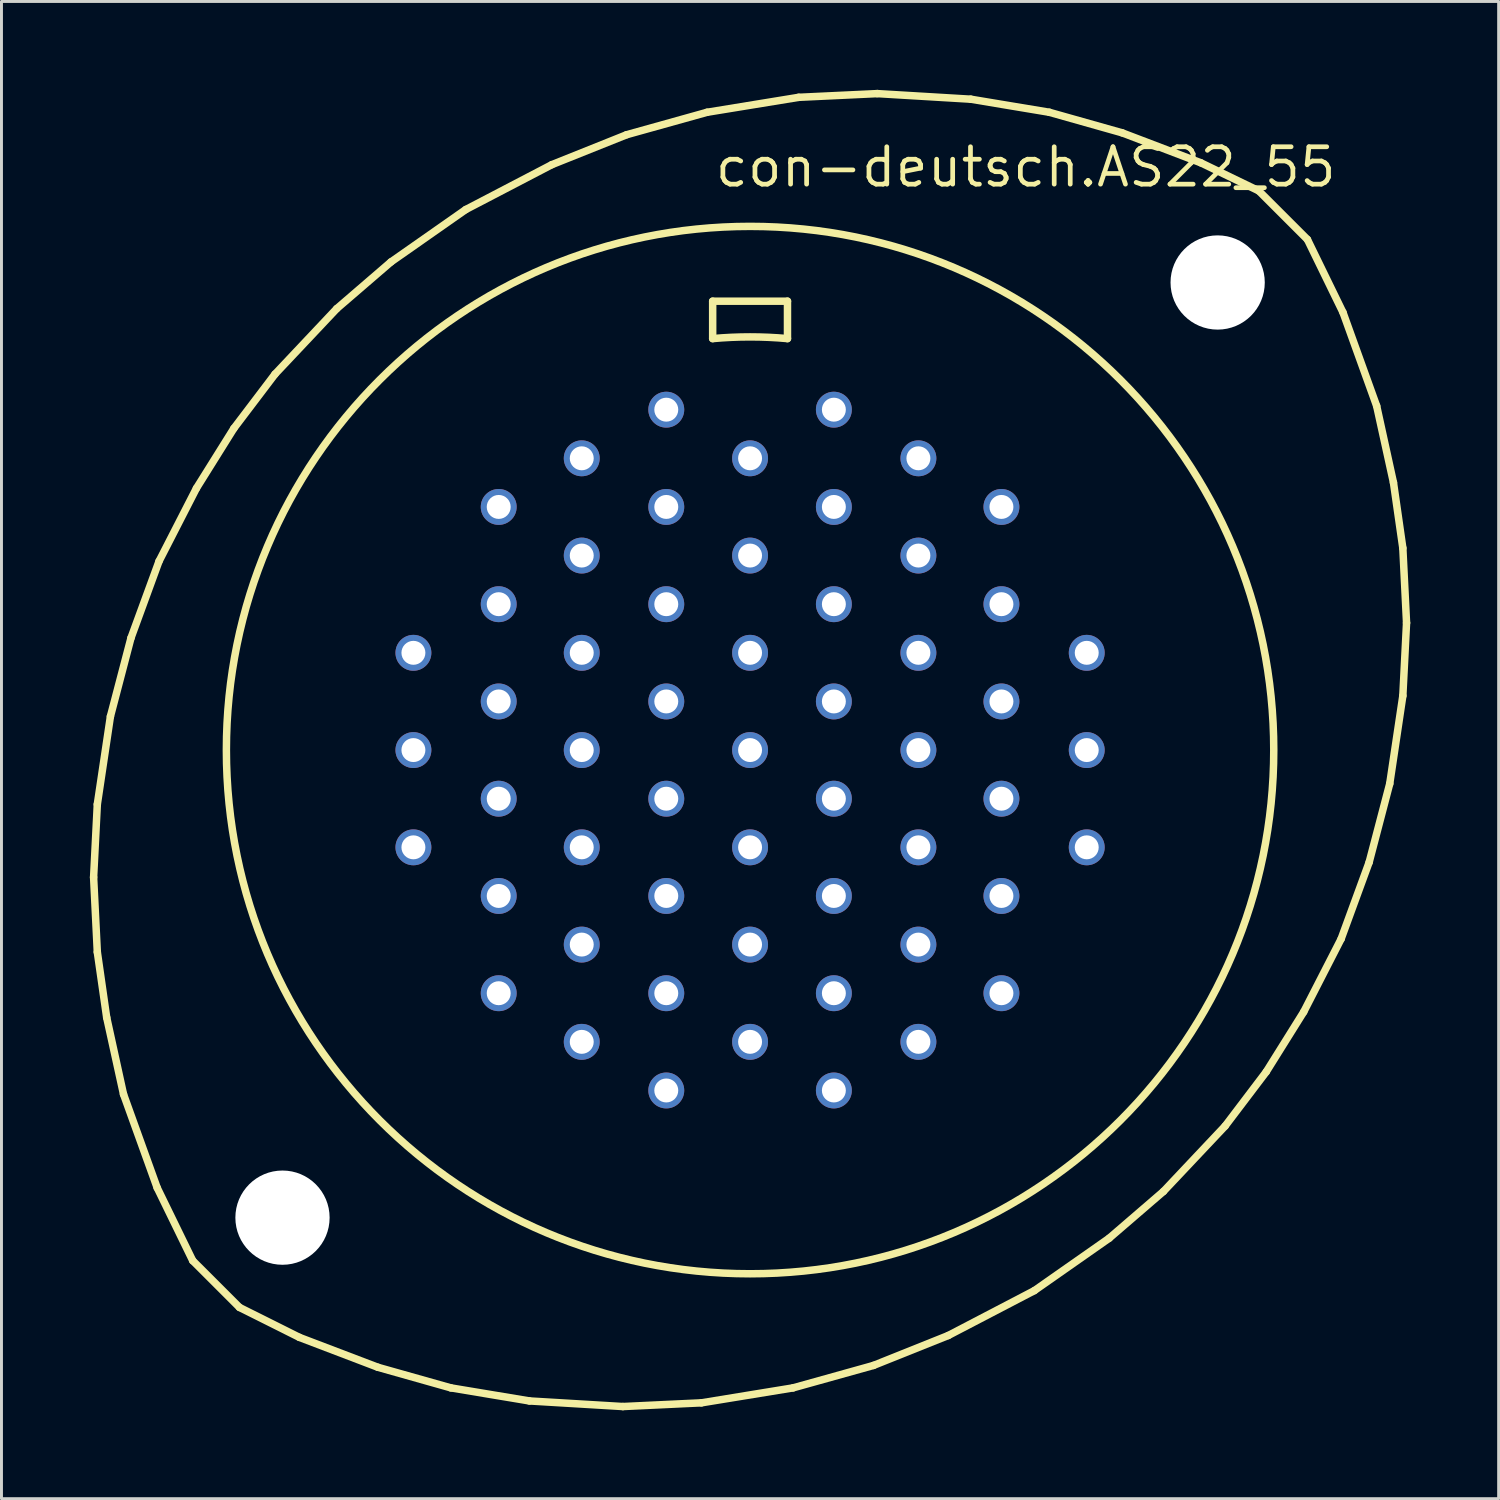
<source format=kicad_pcb>
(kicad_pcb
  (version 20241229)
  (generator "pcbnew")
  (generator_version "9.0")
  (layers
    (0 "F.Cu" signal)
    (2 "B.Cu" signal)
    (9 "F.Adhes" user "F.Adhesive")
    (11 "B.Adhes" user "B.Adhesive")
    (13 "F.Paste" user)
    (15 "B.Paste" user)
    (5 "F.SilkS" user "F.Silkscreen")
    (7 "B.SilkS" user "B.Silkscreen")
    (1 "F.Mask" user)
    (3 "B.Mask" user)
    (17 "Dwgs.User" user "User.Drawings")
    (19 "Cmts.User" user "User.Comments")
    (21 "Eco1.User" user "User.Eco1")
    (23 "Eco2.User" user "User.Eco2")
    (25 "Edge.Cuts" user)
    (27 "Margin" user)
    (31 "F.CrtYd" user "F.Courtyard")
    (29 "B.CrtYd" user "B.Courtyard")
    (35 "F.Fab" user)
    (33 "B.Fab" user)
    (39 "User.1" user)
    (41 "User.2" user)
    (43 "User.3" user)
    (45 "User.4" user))
  (footprint "con-deutsch.AS22_55"
    (layer "F.Cu")
    (at 22.416 22.416)
    (property "Reference" "con-deutsch.AS22_55" (at -1.27 -19.05 0) (layer "F.SilkS") (effects (font (size 1.27 1.27) (thickness 0.16)) (justify left bottom)))
    (attr through_hole)
    (fp_line (start -22.288 4.318) (end -22.162 1.841) (stroke (width 0.254) (type default)) (layer "F.SilkS"))
    (fp_line (start -22.162 1.841) (end -21.717 -1.143) (stroke (width 0.254) (type default)) (layer "F.SilkS"))
    (fp_line (start -22.162 6.858) (end -22.288 4.318) (stroke (width 0.254) (type default)) (layer "F.SilkS"))
    (fp_line (start -21.844 9.081) (end -22.162 6.858) (stroke (width 0.254) (type default)) (layer "F.SilkS"))
    (fp_line (start -21.717 -1.143) (end -21.018 -3.81) (stroke (width 0.254) (type default)) (layer "F.SilkS"))
    (fp_line (start -21.273 11.684) (end -21.844 9.081) (stroke (width 0.254) (type default)) (layer "F.SilkS"))
    (fp_line (start -21.018 -3.81) (end -20.066 -6.413) (stroke (width 0.254) (type default)) (layer "F.SilkS"))
    (fp_line (start -20.13 14.859) (end -21.273 11.684) (stroke (width 0.254) (type default)) (layer "F.SilkS"))
    (fp_line (start -20.066 -6.413) (end -18.796 -8.89) (stroke (width 0.254) (type default)) (layer "F.SilkS"))
    (fp_line (start -18.923 17.335) (end -20.13 14.859) (stroke (width 0.254) (type default)) (layer "F.SilkS"))
    (fp_line (start -18.923 17.335) (end -17.335 18.923) (stroke (width 0.254) (type default)) (layer "F.SilkS"))
    (fp_line (start -18.796 -8.89) (end -17.526 -10.922) (stroke (width 0.254) (type default)) (layer "F.SilkS"))
    (fp_line (start -17.526 -10.922) (end -16.129 -12.764) (stroke (width 0.254) (type default)) (layer "F.SilkS"))
    (fp_line (start -16.129 -12.764) (end -14.034 -14.986) (stroke (width 0.254) (type default)) (layer "F.SilkS"))
    (fp_line (start -15.303 19.939) (end -17.335 18.923) (stroke (width 0.254) (type default)) (layer "F.SilkS"))
    (fp_line (start -14.034 -14.986) (end -12.192 -16.573) (stroke (width 0.254) (type default)) (layer "F.SilkS"))
    (fp_line (start -12.636 20.955) (end -15.303 19.939) (stroke (width 0.254) (type default)) (layer "F.SilkS"))
    (fp_line (start -12.192 -16.573) (end -9.652 -18.352) (stroke (width 0.254) (type default)) (layer "F.SilkS"))
    (fp_line (start -10.16 21.654) (end -12.636 20.955) (stroke (width 0.254) (type default)) (layer "F.SilkS"))
    (fp_line (start -9.652 -18.352) (end -6.731 -19.875) (stroke (width 0.254) (type default)) (layer "F.SilkS"))
    (fp_line (start -7.493 22.098) (end -10.16 21.654) (stroke (width 0.254) (type default)) (layer "F.SilkS"))
    (fp_line (start -6.731 -19.875) (end -4.191 -20.892) (stroke (width 0.254) (type default)) (layer "F.SilkS"))
    (fp_line (start -4.318 22.288) (end -7.493 22.098) (stroke (width 0.254) (type default)) (layer "F.SilkS"))
    (fp_line (start -4.191 -20.892) (end -1.46 -21.654) (stroke (width 0.254) (type default)) (layer "F.SilkS"))
    (fp_line (start -1.651 22.162) (end -4.318 22.288) (stroke (width 0.254) (type default)) (layer "F.SilkS"))
    (fp_line (start -1.46 -21.654) (end 1.651 -22.162) (stroke (width 0.254) (type default)) (layer "F.SilkS"))
    (fp_line (start -1.27 -15.24) (end 1.27 -15.24) (stroke (width 0.254) (type default)) (layer "F.SilkS"))
    (fp_line (start -1.27 -13.97) (end -1.27 -15.24) (stroke (width 0.254) (type default)) (layer "F.SilkS"))
    (fp_line (start 1.27 -15.24) (end 1.27 -13.97) (stroke (width 0.254) (type default)) (layer "F.SilkS"))
    (fp_line (start 1.46 21.654) (end -1.651 22.162) (stroke (width 0.254) (type default)) (layer "F.SilkS"))
    (fp_line (start 1.651 -22.162) (end 4.318 -22.288) (stroke (width 0.254) (type default)) (layer "F.SilkS"))
    (fp_line (start 4.191 20.892) (end 1.46 21.654) (stroke (width 0.254) (type default)) (layer "F.SilkS"))
    (fp_line (start 4.318 -22.288) (end 7.493 -22.098) (stroke (width 0.254) (type default)) (layer "F.SilkS"))
    (fp_line (start 6.731 19.875) (end 4.191 20.892) (stroke (width 0.254) (type default)) (layer "F.SilkS"))
    (fp_line (start 7.493 -22.098) (end 10.16 -21.654) (stroke (width 0.254) (type default)) (layer "F.SilkS"))
    (fp_line (start 9.652 18.352) (end 6.731 19.875) (stroke (width 0.254) (type default)) (layer "F.SilkS"))
    (fp_line (start 10.16 -21.654) (end 12.636 -20.955) (stroke (width 0.254) (type default)) (layer "F.SilkS"))
    (fp_line (start 12.192 16.573) (end 9.652 18.352) (stroke (width 0.254) (type default)) (layer "F.SilkS"))
    (fp_line (start 12.636 -20.955) (end 15.303 -19.939) (stroke (width 0.254) (type default)) (layer "F.SilkS"))
    (fp_line (start 14.034 14.986) (end 12.192 16.573) (stroke (width 0.254) (type default)) (layer "F.SilkS"))
    (fp_line (start 15.303 -19.939) (end 17.272 -18.986) (stroke (width 0.254) (type default)) (layer "F.SilkS"))
    (fp_line (start 16.129 12.764) (end 14.034 14.986) (stroke (width 0.254) (type default)) (layer "F.SilkS"))
    (fp_line (start 17.526 10.922) (end 16.129 12.764) (stroke (width 0.254) (type default)) (layer "F.SilkS"))
    (fp_line (start 18.796 8.89) (end 17.526 10.922) (stroke (width 0.254) (type default)) (layer "F.SilkS"))
    (fp_line (start 18.923 -17.335) (end 17.272 -18.986) (stroke (width 0.254) (type default)) (layer "F.SilkS"))
    (fp_line (start 18.923 -17.335) (end 20.13 -14.859) (stroke (width 0.254) (type default)) (layer "F.SilkS"))
    (fp_line (start 20.066 6.413) (end 18.796 8.89) (stroke (width 0.254) (type default)) (layer "F.SilkS"))
    (fp_line (start 20.13 -14.859) (end 21.273 -11.684) (stroke (width 0.254) (type default)) (layer "F.SilkS"))
    (fp_line (start 21.018 3.81) (end 20.066 6.413) (stroke (width 0.254) (type default)) (layer "F.SilkS"))
    (fp_line (start 21.273 -11.684) (end 21.844 -9.081) (stroke (width 0.254) (type default)) (layer "F.SilkS"))
    (fp_line (start 21.717 1.143) (end 21.018 3.81) (stroke (width 0.254) (type default)) (layer "F.SilkS"))
    (fp_line (start 21.844 -9.081) (end 22.162 -6.858) (stroke (width 0.254) (type default)) (layer "F.SilkS"))
    (fp_line (start 22.162 -6.858) (end 22.288 -4.318) (stroke (width 0.254) (type default)) (layer "F.SilkS"))
    (fp_line (start 22.162 -1.841) (end 21.717 1.143) (stroke (width 0.254) (type default)) (layer "F.SilkS"))
    (fp_line (start 22.288 -4.318) (end 22.162 -1.841) (stroke (width 0.254) (type default)) (layer "F.SilkS"))
    (fp_arc (start -1.27 -13.97) (mid 0 -14.027608) (end 1.27 -13.97) (stroke (width 0.254) (type default)) (layer "F.SilkS"))
    (fp_circle (center 0 0) (end 17.78 0) (stroke (width 0.254) (type default)) (fill no) (layer "F.SilkS"))
    (pad "" np_thru_hole circle (at -15.875 15.875) (size 3.2 3.2) (drill 3.2) (layers "*.Cu" "*.Mask"))
    (pad "" np_thru_hole circle (at 15.875 -15.875) (size 3.2 3.2) (drill 3.2) (layers "*.Cu" "*.Mask"))
    (pad "A" thru_hole circle (at 2.845 -11.557) (size 1.219 1.219) (drill 0.813) (layers "*.Cu" "*.Mask"))
    (pad "A'" thru_hole circle (at 8.534 1.651) (size 1.219 1.219) (drill 0.813) (layers "*.Cu" "*.Mask"))
    (pad "AA" thru_hole circle (at -2.845 -4.953) (size 1.219 1.219) (drill 0.813) (layers "*.Cu" "*.Mask"))
    (pad "B" thru_hole circle (at 5.715 -9.906) (size 1.219 1.219) (drill 0.813) (layers "*.Cu" "*.Mask"))
    (pad "B'" thru_hole circle (at 8.534 4.953) (size 1.219 1.219) (drill 0.813) (layers "*.Cu" "*.Mask"))
    (pad "BB" thru_hole circle (at 0 -3.302) (size 1.219 1.219) (drill 0.813) (layers "*.Cu" "*.Mask"))
    (pad "C" thru_hole circle (at 8.534 -8.255) (size 1.219 1.219) (drill 0.813) (layers "*.Cu" "*.Mask"))
    (pad "C'" thru_hole circle (at 5.715 6.604) (size 1.219 1.219) (drill 0.813) (layers "*.Cu" "*.Mask"))
    (pad "CC" thru_hole circle (at 2.845 -1.651) (size 1.219 1.219) (drill 0.813) (layers "*.Cu" "*.Mask"))
    (pad "D" thru_hole circle (at 11.43 -3.302) (size 1.219 1.219) (drill 0.813) (layers "*.Cu" "*.Mask"))
    (pad "D'" thru_hole circle (at 2.845 8.255) (size 1.219 1.219) (drill 0.813) (layers "*.Cu" "*.Mask"))
    (pad "DD" thru_hole circle (at 2.845 1.651) (size 1.219 1.219) (drill 0.813) (layers "*.Cu" "*.Mask"))
    (pad "E" thru_hole circle (at 11.43 0) (size 1.219 1.219) (drill 0.813) (layers "*.Cu" "*.Mask"))
    (pad "E'" thru_hole circle (at 0 9.906) (size 1.219 1.219) (drill 0.813) (layers "*.Cu" "*.Mask"))
    (pad "EE" thru_hole circle (at 0 3.302) (size 1.219 1.219) (drill 0.813) (layers "*.Cu" "*.Mask"))
    (pad "F" thru_hole circle (at 11.43 3.302) (size 1.219 1.219) (drill 0.813) (layers "*.Cu" "*.Mask"))
    (pad "F'" thru_hole circle (at -2.845 8.255) (size 1.219 1.219) (drill 0.813) (layers "*.Cu" "*.Mask"))
    (pad "FF" thru_hole circle (at -2.845 1.651) (size 1.219 1.219) (drill 0.813) (layers "*.Cu" "*.Mask"))
    (pad "G" thru_hole circle (at 8.534 8.255) (size 1.219 1.219) (drill 0.813) (layers "*.Cu" "*.Mask"))
    (pad "G'" thru_hole circle (at -5.715 6.604) (size 1.219 1.219) (drill 0.813) (layers "*.Cu" "*.Mask"))
    (pad "GG" thru_hole circle (at -2.845 -1.651) (size 1.219 1.219) (drill 0.813) (layers "*.Cu" "*.Mask"))
    (pad "H" thru_hole circle (at 5.715 9.906) (size 1.219 1.219) (drill 0.813) (layers "*.Cu" "*.Mask"))
    (pad "H'" thru_hole circle (at -8.534 4.953) (size 1.219 1.219) (drill 0.813) (layers "*.Cu" "*.Mask"))
    (pad "HH" thru_hole circle (at 0 0) (size 1.219 1.219) (drill 0.813) (layers "*.Cu" "*.Mask"))
    (pad "I'" thru_hole circle (at -8.534 1.651) (size 1.219 1.219) (drill 0.813) (layers "*.Cu" "*.Mask"))
    (pad "J" thru_hole circle (at 2.845 11.557) (size 1.219 1.219) (drill 0.813) (layers "*.Cu" "*.Mask"))
    (pad "J'" thru_hole circle (at -8.534 -1.651) (size 1.219 1.219) (drill 0.813) (layers "*.Cu" "*.Mask"))
    (pad "K" thru_hole circle (at -2.845 11.557) (size 1.219 1.219) (drill 0.813) (layers "*.Cu" "*.Mask"))
    (pad "K'" thru_hole circle (at -8.534 -4.953) (size 1.219 1.219) (drill 0.813) (layers "*.Cu" "*.Mask"))
    (pad "L" thru_hole circle (at -5.715 9.906) (size 1.219 1.219) (drill 0.813) (layers "*.Cu" "*.Mask"))
    (pad "M" thru_hole circle (at -8.534 8.255) (size 1.219 1.219) (drill 0.813) (layers "*.Cu" "*.Mask"))
    (pad "M'" thru_hole circle (at -5.715 -6.604) (size 1.219 1.219) (drill 0.813) (layers "*.Cu" "*.Mask"))
    (pad "N" thru_hole circle (at -11.43 3.302) (size 1.219 1.219) (drill 0.813) (layers "*.Cu" "*.Mask"))
    (pad "N'" thru_hole circle (at -2.845 -8.255) (size 1.219 1.219) (drill 0.813) (layers "*.Cu" "*.Mask"))
    (pad "P" thru_hole circle (at -11.43 0) (size 1.219 1.219) (drill 0.813) (layers "*.Cu" "*.Mask"))
    (pad "P'" thru_hole circle (at 0 -6.604) (size 1.219 1.219) (drill 0.813) (layers "*.Cu" "*.Mask"))
    (pad "Q'" thru_hole circle (at 2.845 -4.953) (size 1.219 1.219) (drill 0.813) (layers "*.Cu" "*.Mask"))
    (pad "R" thru_hole circle (at -11.43 -3.302) (size 1.219 1.219) (drill 0.813) (layers "*.Cu" "*.Mask"))
    (pad "R'" thru_hole circle (at 5.715 -3.302) (size 1.219 1.219) (drill 0.813) (layers "*.Cu" "*.Mask"))
    (pad "S" thru_hole circle (at -8.534 -8.255) (size 1.219 1.219) (drill 0.813) (layers "*.Cu" "*.Mask"))
    (pad "S'" thru_hole circle (at 5.715 0) (size 1.219 1.219) (drill 0.813) (layers "*.Cu" "*.Mask"))
    (pad "T" thru_hole circle (at -5.715 -9.906) (size 1.219 1.219) (drill 0.813) (layers "*.Cu" "*.Mask"))
    (pad "T'" thru_hole circle (at 5.715 3.302) (size 1.219 1.219) (drill 0.813) (layers "*.Cu" "*.Mask"))
    (pad "U" thru_hole circle (at -2.845 -11.557) (size 1.219 1.219) (drill 0.813) (layers "*.Cu" "*.Mask"))
    (pad "U'" thru_hole circle (at 2.845 4.953) (size 1.219 1.219) (drill 0.813) (layers "*.Cu" "*.Mask"))
    (pad "V" thru_hole circle (at 0 -9.906) (size 1.219 1.219) (drill 0.813) (layers "*.Cu" "*.Mask"))
    (pad "V'" thru_hole circle (at 0 6.604) (size 1.219 1.219) (drill 0.813) (layers "*.Cu" "*.Mask"))
    (pad "W" thru_hole circle (at 2.845 -8.255) (size 1.219 1.219) (drill 0.813) (layers "*.Cu" "*.Mask"))
    (pad "W'" thru_hole circle (at -2.845 4.953) (size 1.219 1.219) (drill 0.813) (layers "*.Cu" "*.Mask"))
    (pad "X" thru_hole circle (at 5.715 -6.604) (size 1.219 1.219) (drill 0.813) (layers "*.Cu" "*.Mask"))
    (pad "X'" thru_hole circle (at -5.715 3.302) (size 1.219 1.219) (drill 0.813) (layers "*.Cu" "*.Mask"))
    (pad "Y" thru_hole circle (at 8.534 -4.953) (size 1.219 1.219) (drill 0.813) (layers "*.Cu" "*.Mask"))
    (pad "Y'" thru_hole circle (at -5.715 0) (size 1.219 1.219) (drill 0.813) (layers "*.Cu" "*.Mask"))
    (pad "Z" thru_hole circle (at 8.534 -1.651) (size 1.219 1.219) (drill 0.813) (layers "*.Cu" "*.Mask"))
    (pad "Z'" thru_hole circle (at -5.715 -3.302) (size 1.219 1.219) (drill 0.813) (layers "*.Cu" "*.Mask")))
  (gr_rect
    (start -3 -3)
    (end 47.831 47.831)
    (stroke (width 0.1) (type default))
    (fill no)
    (layer "Edge.Cuts")))
</source>
